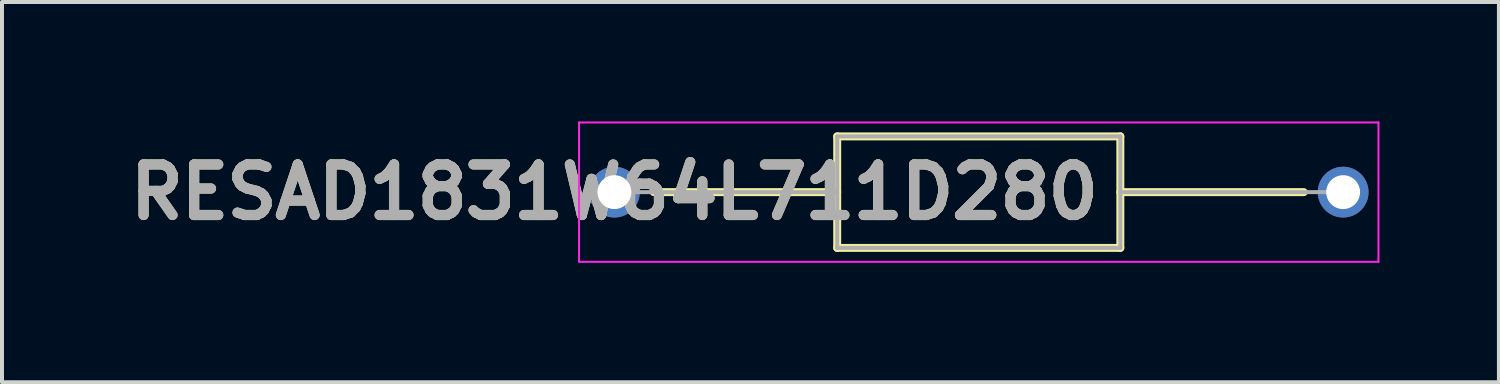
<source format=kicad_pcb>
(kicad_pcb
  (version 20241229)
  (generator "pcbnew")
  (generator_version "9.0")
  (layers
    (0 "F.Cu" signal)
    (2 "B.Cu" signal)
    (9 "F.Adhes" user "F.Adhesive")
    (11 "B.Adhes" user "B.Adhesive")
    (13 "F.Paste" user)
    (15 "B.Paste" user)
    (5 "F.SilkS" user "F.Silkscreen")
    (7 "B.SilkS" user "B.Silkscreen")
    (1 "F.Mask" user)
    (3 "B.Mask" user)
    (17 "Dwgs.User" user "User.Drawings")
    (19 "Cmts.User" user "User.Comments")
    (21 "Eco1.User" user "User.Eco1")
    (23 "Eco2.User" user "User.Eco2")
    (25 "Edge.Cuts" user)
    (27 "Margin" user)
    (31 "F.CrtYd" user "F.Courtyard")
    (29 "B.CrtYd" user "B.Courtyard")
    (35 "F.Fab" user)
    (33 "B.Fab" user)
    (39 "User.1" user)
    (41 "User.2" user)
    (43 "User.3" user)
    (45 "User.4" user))
  (footprint "RESAD1831W64L711D280"
    (layer "F.Cu")
    (at 12.379 1.775)
    (property "Reference" "RESAD1831W64L711D280" (at 0 0 0) (layer "F.SilkS") (effects (font (size 1.27 1.27) (thickness 0.254))))
    (attr through_hole)
    (fp_line (start 0.988 0) (end 5.595 0) (stroke (width 0.2) (type solid)) (layer "F.SilkS"))
    (fp_line (start 5.595 -1.4) (end 12.705 -1.4) (stroke (width 0.2) (type solid)) (layer "F.SilkS"))
    (fp_line (start 5.595 1.4) (end 5.595 -1.4) (stroke (width 0.2) (type solid)) (layer "F.SilkS"))
    (fp_line (start 12.705 -1.4) (end 12.705 1.4) (stroke (width 0.2) (type solid)) (layer "F.SilkS"))
    (fp_line (start 12.705 0) (end 17.312 0) (stroke (width 0.2) (type solid)) (layer "F.SilkS"))
    (fp_line (start 12.705 1.4) (end 5.595 1.4) (stroke (width 0.2) (type solid)) (layer "F.SilkS"))
    (fp_line (start -0.888 -1.75) (end 19.187 -1.75) (stroke (width 0.05) (type solid)) (layer "F.CrtYd"))
    (fp_line (start -0.888 1.75) (end -0.888 -1.75) (stroke (width 0.05) (type solid)) (layer "F.CrtYd"))
    (fp_line (start 19.187 -1.75) (end 19.187 1.75) (stroke (width 0.05) (type solid)) (layer "F.CrtYd"))
    (fp_line (start 19.187 1.75) (end -0.888 1.75) (stroke (width 0.05) (type solid)) (layer "F.CrtYd"))
    (fp_line (start 0 0) (end 5.595 0) (stroke (width 0.1) (type solid)) (layer "F.Fab"))
    (fp_line (start 5.595 -1.4) (end 12.705 -1.4) (stroke (width 0.1) (type solid)) (layer "F.Fab"))
    (fp_line (start 5.595 1.4) (end 5.595 -1.4) (stroke (width 0.1) (type solid)) (layer "F.Fab"))
    (fp_line (start 12.705 -1.4) (end 12.705 1.4) (stroke (width 0.1) (type solid)) (layer "F.Fab"))
    (fp_line (start 12.705 0) (end 18.3 0) (stroke (width 0.1) (type solid)) (layer "F.Fab"))
    (fp_line (start 12.705 1.4) (end 5.595 1.4) (stroke (width 0.1) (type solid)) (layer "F.Fab"))
    (fp_text user "${REFERENCE}" (at 0 0 0) (layer "F.Fab") (effects (font (size 1.27 1.27) (thickness 0.254))))
    (pad "1" thru_hole circle (at 0 0) (size 1.275 1.275) (drill 0.85) (layers "*.Cu" "*.Mask"))
    (pad "2" thru_hole circle (at 18.3 0) (size 1.275 1.275) (drill 0.85) (layers "*.Cu" "*.Mask")))
  (gr_rect
    (start -3 -3)
    (end 34.591 6.55)
    (stroke (width 0.1) (type default))
    (fill no)
    (layer "Edge.Cuts")))
</source>
